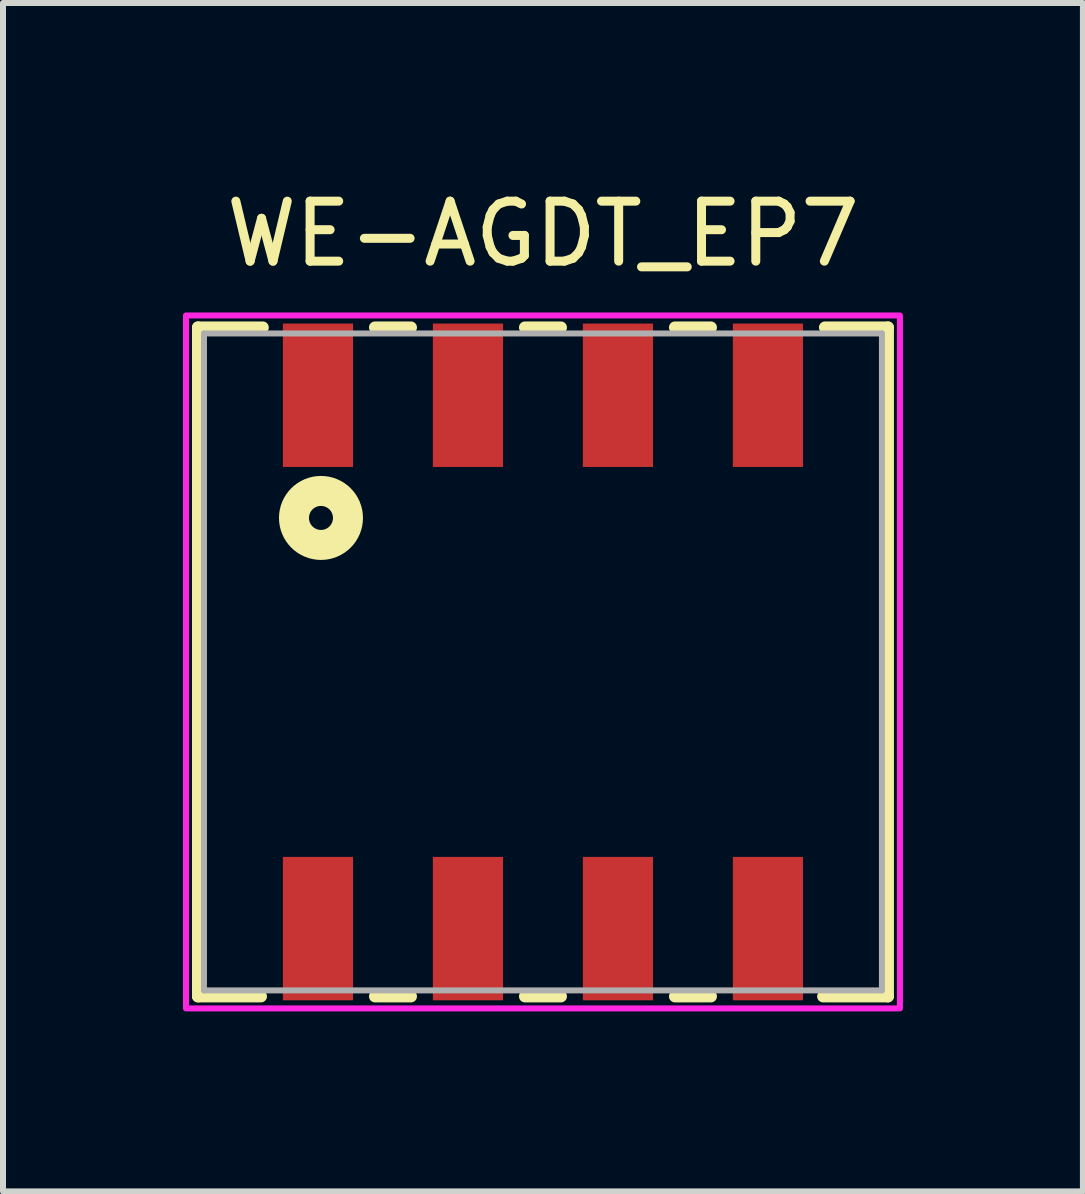
<source format=kicad_pcb>
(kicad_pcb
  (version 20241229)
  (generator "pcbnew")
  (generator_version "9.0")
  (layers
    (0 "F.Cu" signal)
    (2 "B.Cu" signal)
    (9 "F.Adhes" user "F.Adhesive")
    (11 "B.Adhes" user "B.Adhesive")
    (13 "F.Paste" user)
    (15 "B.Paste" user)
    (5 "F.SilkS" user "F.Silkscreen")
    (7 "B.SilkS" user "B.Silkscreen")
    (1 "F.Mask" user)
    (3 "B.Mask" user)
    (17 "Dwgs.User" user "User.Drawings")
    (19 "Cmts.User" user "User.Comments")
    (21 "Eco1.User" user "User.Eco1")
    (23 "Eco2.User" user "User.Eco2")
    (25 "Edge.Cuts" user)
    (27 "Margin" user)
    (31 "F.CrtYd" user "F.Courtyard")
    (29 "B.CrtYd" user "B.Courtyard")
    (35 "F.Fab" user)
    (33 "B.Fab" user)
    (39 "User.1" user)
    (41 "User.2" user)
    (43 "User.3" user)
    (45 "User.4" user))
  (footprint "WE-AGDT_EP7"
    (layer "F.Cu")
    (at 6 7.983)
    (property "Reference" "WE-AGDT_EP7" (at 0 -7.135 0) (layer "F.SilkS") (effects (font (size 1 1) (thickness 0.15))))
    (attr smd)
    (fp_line (start -5.75 -5.575) (end -4.67 -5.575) (stroke (width 0.2) (type solid)) (layer "F.SilkS"))
    (fp_line (start -5.75 5.575) (end -5.75 -5.575) (stroke (width 0.2) (type solid)) (layer "F.SilkS"))
    (fp_line (start -4.7 5.575) (end -5.75 5.575) (stroke (width 0.2) (type solid)) (layer "F.SilkS"))
    (fp_line (start -2.8 -5.575) (end -2.2 -5.575) (stroke (width 0.2) (type solid)) (layer "F.SilkS"))
    (fp_line (start -2.2 5.575) (end -2.8 5.575) (stroke (width 0.2) (type solid)) (layer "F.SilkS"))
    (fp_line (start -0.3 -5.575) (end 0.3 -5.575) (stroke (width 0.2) (type solid)) (layer "F.SilkS"))
    (fp_line (start 0.3 5.575) (end -0.3 5.575) (stroke (width 0.2) (type solid)) (layer "F.SilkS"))
    (fp_line (start 2.2 -5.575) (end 2.8 -5.575) (stroke (width 0.2) (type solid)) (layer "F.SilkS"))
    (fp_line (start 2.8 5.575) (end 2.2 5.575) (stroke (width 0.2) (type solid)) (layer "F.SilkS"))
    (fp_line (start 4.7 -5.575) (end 5.75 -5.575) (stroke (width 0.2) (type solid)) (layer "F.SilkS"))
    (fp_line (start 5.75 -5.575) (end 5.75 5.575) (stroke (width 0.2) (type solid)) (layer "F.SilkS"))
    (fp_line (start 5.75 5.575) (end 4.67 5.575) (stroke (width 0.2) (type solid)) (layer "F.SilkS"))
    (fp_circle (center -3.7 -2.4) (end -3.5 -2.4) (stroke (width 0.5) (type solid)) (fill no) (layer "F.SilkS"))
    (fp_poly (pts (xy -5.95 -5.775) (xy 5.95 -5.775) (xy 5.95 5.775) (xy -5.95 5.775)) (stroke (width 0.1) (type solid)) (fill no) (layer "F.CrtYd"))
    (fp_line (start -5.65 -5.475) (end 5.65 -5.475) (stroke (width 0.1) (type solid)) (layer "F.Fab"))
    (fp_line (start -5.65 5.475) (end -5.65 -5.475) (stroke (width 0.1) (type solid)) (layer "F.Fab"))
    (fp_line (start 5.65 -5.475) (end 5.65 5.475) (stroke (width 0.1) (type solid)) (layer "F.Fab"))
    (fp_line (start 5.65 5.475) (end -5.65 5.475) (stroke (width 0.1) (type solid)) (layer "F.Fab"))
    (pad "1" smd rect (at -3.75 -4.445) (size 1.17 2.39) (layers "F.Cu" "F.Mask" "F.Paste"))
    (pad "2" smd rect (at -1.25 -4.445) (size 1.17 2.39) (layers "F.Cu" "F.Mask" "F.Paste"))
    (pad "3" smd rect (at 1.25 -4.445) (size 1.17 2.39) (layers "F.Cu" "F.Mask" "F.Paste"))
    (pad "4" smd rect (at 3.75 -4.445) (size 1.17 2.39) (layers "F.Cu" "F.Mask" "F.Paste"))
    (pad "5" smd rect (at 3.75 4.445) (size 1.17 2.39) (layers "F.Cu" "F.Mask" "F.Paste"))
    (pad "6" smd rect (at 1.25 4.445) (size 1.17 2.39) (layers "F.Cu" "F.Mask" "F.Paste"))
    (pad "7" smd rect (at -1.25 4.445) (size 1.17 2.39) (layers "F.Cu" "F.Mask" "F.Paste"))
    (pad "8" smd rect (at -3.75 4.445) (size 1.17 2.39) (layers "F.Cu" "F.Mask" "F.Paste")))
  (gr_rect
    (start -3 -3)
    (end 15 16.808)
    (stroke (width 0.1) (type default))
    (fill no)
    (layer "Edge.Cuts")))
</source>
